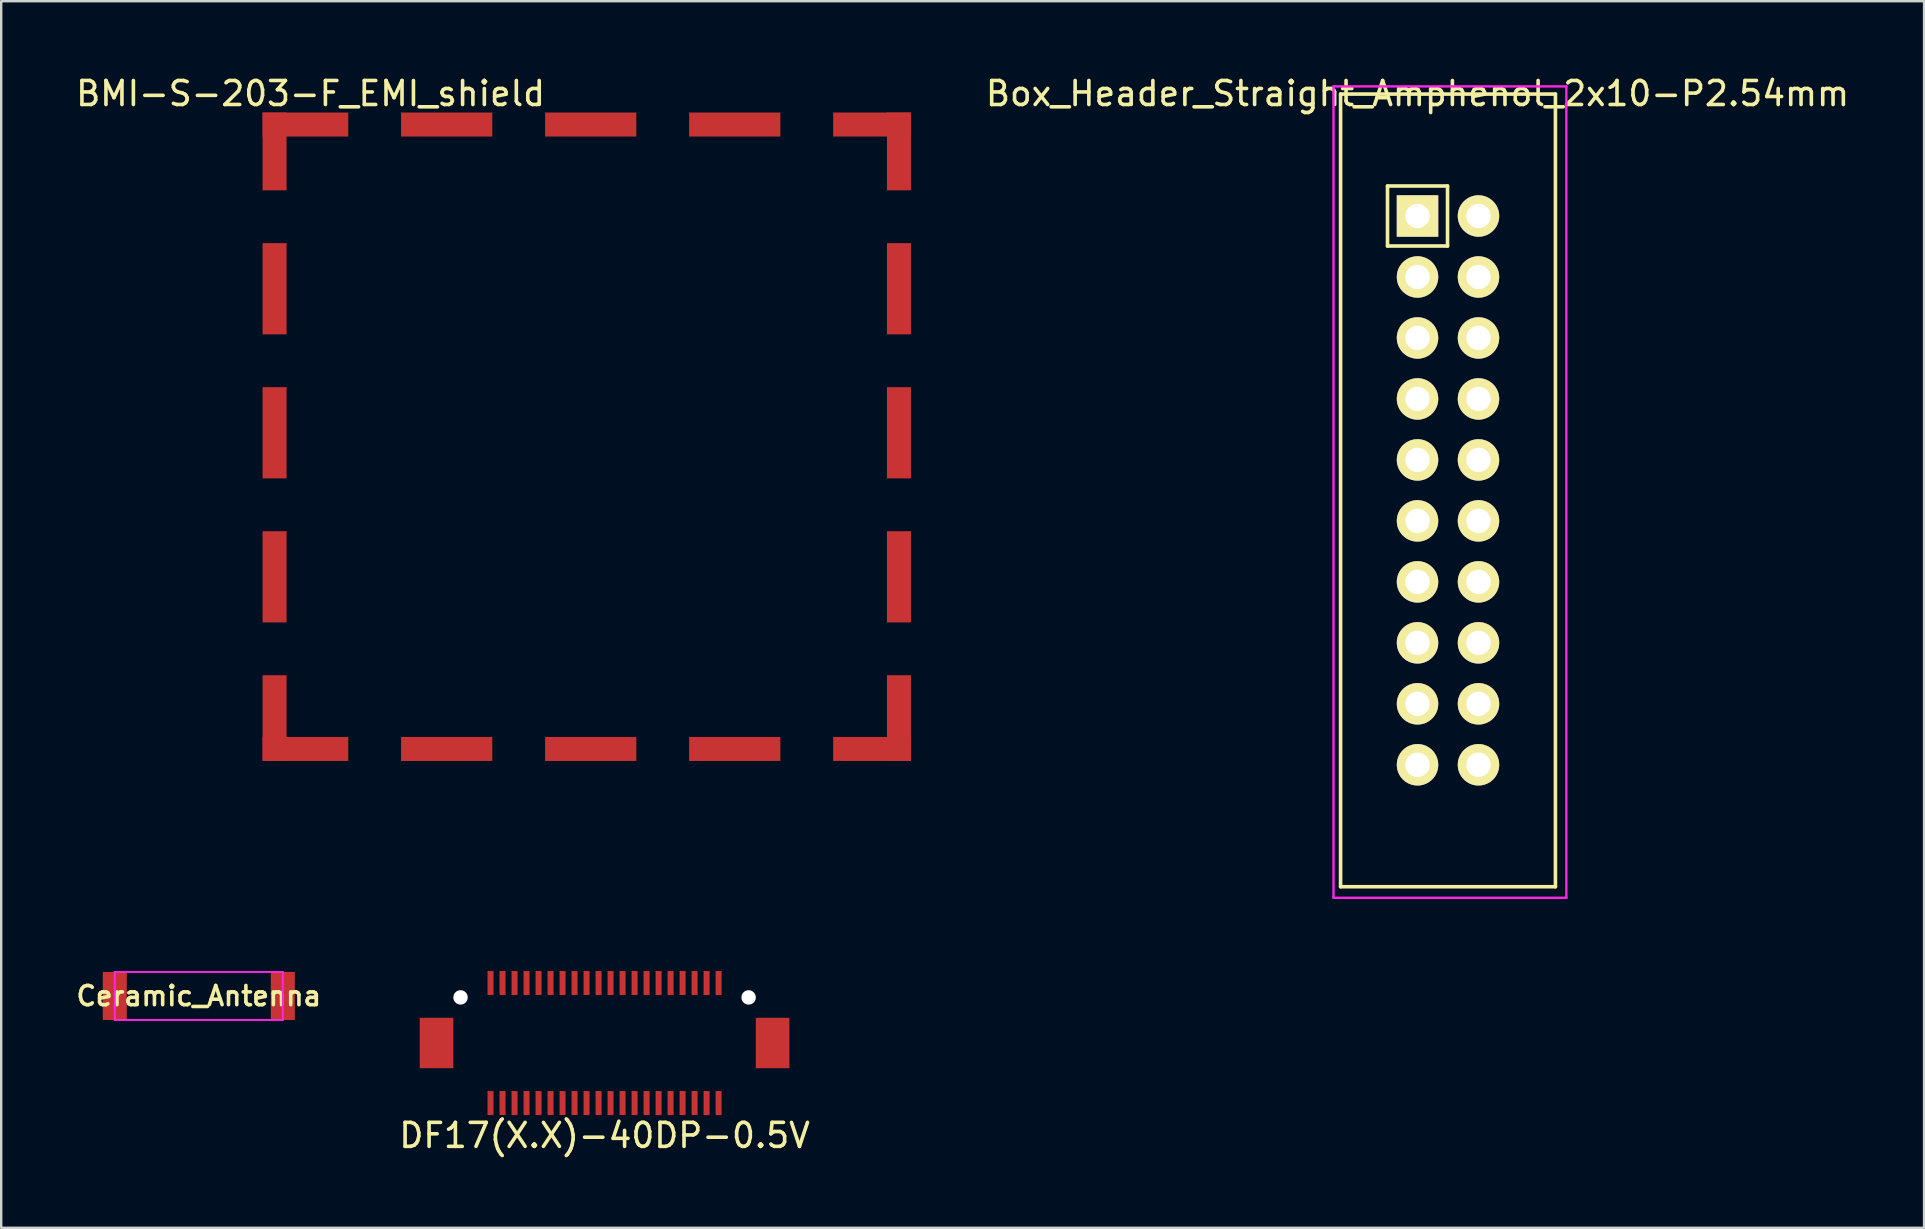
<source format=kicad_pcb>
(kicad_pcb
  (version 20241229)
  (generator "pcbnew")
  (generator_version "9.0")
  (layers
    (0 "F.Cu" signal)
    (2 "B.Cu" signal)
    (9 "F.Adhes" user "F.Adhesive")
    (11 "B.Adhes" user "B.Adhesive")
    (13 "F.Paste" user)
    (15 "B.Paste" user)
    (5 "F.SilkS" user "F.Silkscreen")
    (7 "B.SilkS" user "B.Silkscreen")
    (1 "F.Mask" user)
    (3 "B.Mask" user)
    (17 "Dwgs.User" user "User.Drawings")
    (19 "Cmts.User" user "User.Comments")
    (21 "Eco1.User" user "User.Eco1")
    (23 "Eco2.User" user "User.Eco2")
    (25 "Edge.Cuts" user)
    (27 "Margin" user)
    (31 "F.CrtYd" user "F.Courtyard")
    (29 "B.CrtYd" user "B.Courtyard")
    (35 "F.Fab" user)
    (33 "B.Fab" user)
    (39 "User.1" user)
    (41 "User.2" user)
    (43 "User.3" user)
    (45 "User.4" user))
  (footprint "Box_Header_Straight_Amphenol_2x10-P2.54mm"
    (layer "F.Cu")
    (at 55.998 5.948)
    (property "Reference" "Box_Header_Straight_Amphenol_2x10-P2.54mm" (at 0 -5.1 0) (layer "F.SilkS") (effects (font (size 1 1) (thickness 0.15))))
    (attr smd)
    (fp_line (start -3.205 -5.08) (end 5.745 -5.08) (stroke (width 0.15) (type solid)) (layer "F.SilkS"))
    (fp_line (start -3.205 27.94) (end -3.205 -5.08) (stroke (width 0.15) (type solid)) (layer "F.SilkS"))
    (fp_line (start -1.25 -1.25) (end -1.25 1.25) (stroke (width 0.15) (type solid)) (layer "F.SilkS"))
    (fp_line (start 1.25 -1.25) (end -1.25 -1.25) (stroke (width 0.15) (type solid)) (layer "F.SilkS"))
    (fp_line (start 1.25 -1.25) (end 1.25 1.25) (stroke (width 0.15) (type solid)) (layer "F.SilkS"))
    (fp_line (start 1.25 1.25) (end -1.25 1.25) (stroke (width 0.15) (type solid)) (layer "F.SilkS"))
    (fp_line (start 5.745 -5.08) (end 5.745 27.94) (stroke (width 0.15) (type solid)) (layer "F.SilkS"))
    (fp_line (start 5.745 27.94) (end -3.205 27.94) (stroke (width 0.15) (type solid)) (layer "F.SilkS"))
    (fp_line (start -3.5 -5.4) (end 6.2 -5.4) (stroke (width 0.1) (type solid)) (layer "F.CrtYd"))
    (fp_line (start -3.5 28.4) (end -3.5 -5.4) (stroke (width 0.1) (type solid)) (layer "F.CrtYd"))
    (fp_line (start 6.2 -5.4) (end 6.2 28.4) (stroke (width 0.1) (type solid)) (layer "F.CrtYd"))
    (fp_line (start 6.2 28.4) (end -3.5 28.4) (stroke (width 0.1) (type solid)) (layer "F.CrtYd"))
    (pad "1" thru_hole rect (at 0 0) (size 1.727 1.727) (drill 1.016) (layers "*.Cu" "*.Mask" "F.SilkS"))
    (pad "2" thru_hole oval (at 2.54 0) (size 1.727 1.727) (drill 1.016) (layers "*.Cu" "*.Mask" "F.SilkS"))
    (pad "3" thru_hole oval (at 0 2.54) (size 1.727 1.727) (drill 1.016) (layers "*.Cu" "*.Mask" "F.SilkS"))
    (pad "4" thru_hole oval (at 2.54 2.54) (size 1.727 1.727) (drill 1.016) (layers "*.Cu" "*.Mask" "F.SilkS"))
    (pad "5" thru_hole oval (at 0 5.08) (size 1.727 1.727) (drill 1.016) (layers "*.Cu" "*.Mask" "F.SilkS"))
    (pad "6" thru_hole oval (at 2.54 5.08) (size 1.727 1.727) (drill 1.016) (layers "*.Cu" "*.Mask" "F.SilkS"))
    (pad "7" thru_hole oval (at 0 7.62) (size 1.727 1.727) (drill 1.016) (layers "*.Cu" "*.Mask" "F.SilkS"))
    (pad "8" thru_hole oval (at 2.54 7.62) (size 1.727 1.727) (drill 1.016) (layers "*.Cu" "*.Mask" "F.SilkS"))
    (pad "9" thru_hole oval (at 0 10.16) (size 1.727 1.727) (drill 1.016) (layers "*.Cu" "*.Mask" "F.SilkS"))
    (pad "10" thru_hole oval (at 2.54 10.16) (size 1.727 1.727) (drill 1.016) (layers "*.Cu" "*.Mask" "F.SilkS"))
    (pad "11" thru_hole oval (at 0 12.7) (size 1.727 1.727) (drill 1.016) (layers "*.Cu" "*.Mask" "F.SilkS"))
    (pad "12" thru_hole oval (at 2.54 12.7) (size 1.727 1.727) (drill 1.016) (layers "*.Cu" "*.Mask" "F.SilkS"))
    (pad "13" thru_hole oval (at 0 15.24) (size 1.727 1.727) (drill 1.016) (layers "*.Cu" "*.Mask" "F.SilkS"))
    (pad "14" thru_hole oval (at 2.54 15.24) (size 1.727 1.727) (drill 1.016) (layers "*.Cu" "*.Mask" "F.SilkS"))
    (pad "15" thru_hole oval (at 0 17.78) (size 1.727 1.727) (drill 1.016) (layers "*.Cu" "*.Mask" "F.SilkS"))
    (pad "16" thru_hole oval (at 2.54 17.78) (size 1.727 1.727) (drill 1.016) (layers "*.Cu" "*.Mask" "F.SilkS"))
    (pad "17" thru_hole oval (at 0 20.32) (size 1.727 1.727) (drill 1.016) (layers "*.Cu" "*.Mask" "F.SilkS"))
    (pad "18" thru_hole oval (at 2.54 20.32) (size 1.727 1.727) (drill 1.016) (layers "*.Cu" "*.Mask" "F.SilkS"))
    (pad "19" thru_hole oval (at 0 22.86) (size 1.727 1.727) (drill 1.016) (layers "*.Cu" "*.Mask" "F.SilkS"))
    (pad "20" thru_hole oval (at 2.54 22.86) (size 1.727 1.727) (drill 1.016) (layers "*.Cu" "*.Mask" "F.SilkS")))
  (footprint "DF17(X.X)-40DP-0.5V"
    (layer "F.Cu")
    (at 22.134 40.398)
    (property "Reference" "DF17(X.X)-40DP-0.5V" (at 0 3.85 0) (layer "F.SilkS") (effects (font (size 1 1) (thickness 0.15))))
    (attr smd)
    (pad "" np_thru_hole circle (at -6 -1.9) (size 0.6 0.6) (drill 0.6) (layers "*.Cu" "*.Mask"))
    (pad "" np_thru_hole circle (at 6 -1.9) (size 0.6 0.6) (drill 0.6) (layers "*.Cu" "*.Mask"))
    (pad "1" smd rect (at 4.75 -2.5) (size 0.25 1) (layers "F.Cu" "F.Mask" "F.Paste"))
    (pad "2" smd rect (at 4.75 2.5) (size 0.25 1) (layers "F.Cu" "F.Mask" "F.Paste"))
    (pad "3" smd rect (at 4.25 -2.5) (size 0.25 1) (layers "F.Cu" "F.Mask" "F.Paste"))
    (pad "4" smd rect (at 4.25 2.5) (size 0.25 1) (layers "F.Cu" "F.Mask" "F.Paste"))
    (pad "5" smd rect (at 3.75 -2.5) (size 0.25 1) (layers "F.Cu" "F.Mask" "F.Paste"))
    (pad "6" smd rect (at 3.75 2.5) (size 0.25 1) (layers "F.Cu" "F.Mask" "F.Paste"))
    (pad "7" smd rect (at 3.25 -2.5) (size 0.25 1) (layers "F.Cu" "F.Mask" "F.Paste"))
    (pad "8" smd rect (at 3.25 2.5) (size 0.25 1) (layers "F.Cu" "F.Mask" "F.Paste"))
    (pad "9" smd rect (at 2.75 -2.5) (size 0.25 1) (layers "F.Cu" "F.Mask" "F.Paste"))
    (pad "10" smd rect (at 2.75 2.5) (size 0.25 1) (layers "F.Cu" "F.Mask" "F.Paste"))
    (pad "11" smd rect (at 2.25 -2.5) (size 0.25 1) (layers "F.Cu" "F.Mask" "F.Paste"))
    (pad "12" smd rect (at 2.25 2.5) (size 0.25 1) (layers "F.Cu" "F.Mask" "F.Paste"))
    (pad "13" smd rect (at 1.75 -2.5) (size 0.25 1) (layers "F.Cu" "F.Mask" "F.Paste"))
    (pad "14" smd rect (at 1.75 2.5) (size 0.25 1) (layers "F.Cu" "F.Mask" "F.Paste"))
    (pad "15" smd rect (at 1.25 -2.5) (size 0.25 1) (layers "F.Cu" "F.Mask" "F.Paste"))
    (pad "16" smd rect (at 1.25 2.5) (size 0.25 1) (layers "F.Cu" "F.Mask" "F.Paste"))
    (pad "17" smd rect (at 0.75 -2.5) (size 0.25 1) (layers "F.Cu" "F.Mask" "F.Paste"))
    (pad "18" smd rect (at 0.75 2.5) (size 0.25 1) (layers "F.Cu" "F.Mask" "F.Paste"))
    (pad "19" smd rect (at 0.25 -2.5) (size 0.25 1) (layers "F.Cu" "F.Mask" "F.Paste"))
    (pad "20" smd rect (at 0.25 2.5) (size 0.25 1) (layers "F.Cu" "F.Mask" "F.Paste"))
    (pad "21" smd rect (at -0.25 -2.5) (size 0.25 1) (layers "F.Cu" "F.Mask" "F.Paste"))
    (pad "22" smd rect (at -0.25 2.5) (size 0.25 1) (layers "F.Cu" "F.Mask" "F.Paste"))
    (pad "23" smd rect (at -0.75 -2.5) (size 0.25 1) (layers "F.Cu" "F.Mask" "F.Paste"))
    (pad "24" smd rect (at -0.75 2.5) (size 0.25 1) (layers "F.Cu" "F.Mask" "F.Paste"))
    (pad "25" smd rect (at -1.25 -2.5) (size 0.25 1) (layers "F.Cu" "F.Mask" "F.Paste"))
    (pad "26" smd rect (at -1.25 2.5) (size 0.25 1) (layers "F.Cu" "F.Mask" "F.Paste"))
    (pad "27" smd rect (at -1.75 -2.5) (size 0.25 1) (layers "F.Cu" "F.Mask" "F.Paste"))
    (pad "28" smd rect (at -1.75 2.5) (size 0.25 1) (layers "F.Cu" "F.Mask" "F.Paste"))
    (pad "29" smd rect (at -2.25 -2.5) (size 0.25 1) (layers "F.Cu" "F.Mask" "F.Paste"))
    (pad "30" smd rect (at -2.25 2.5) (size 0.25 1) (layers "F.Cu" "F.Mask" "F.Paste"))
    (pad "31" smd rect (at -2.75 -2.5) (size 0.25 1) (layers "F.Cu" "F.Mask" "F.Paste"))
    (pad "32" smd rect (at -2.75 2.5) (size 0.25 1) (layers "F.Cu" "F.Mask" "F.Paste"))
    (pad "33" smd rect (at -3.25 -2.5) (size 0.25 1) (layers "F.Cu" "F.Mask" "F.Paste"))
    (pad "34" smd rect (at -3.25 2.5) (size 0.25 1) (layers "F.Cu" "F.Mask" "F.Paste"))
    (pad "35" smd rect (at -3.75 -2.5) (size 0.25 1) (layers "F.Cu" "F.Mask" "F.Paste"))
    (pad "36" smd rect (at -3.75 2.5) (size 0.25 1) (layers "F.Cu" "F.Mask" "F.Paste"))
    (pad "37" smd rect (at -4.25 -2.5) (size 0.25 1) (layers "F.Cu" "F.Mask" "F.Paste"))
    (pad "38" smd rect (at -4.25 2.5) (size 0.25 1) (layers "F.Cu" "F.Mask" "F.Paste"))
    (pad "39" smd rect (at -4.75 -2.5) (size 0.25 1) (layers "F.Cu" "F.Mask" "F.Paste"))
    (pad "40" smd rect (at -4.75 2.5) (size 0.25 1) (layers "F.Cu" "F.Mask" "F.Paste"))
    (pad "M" smd rect (at -7 0) (size 1.4 2.1) (layers "F.Cu" "F.Mask" "F.Paste"))
    (pad "M" smd rect (at 7 0) (size 1.4 2.1) (layers "F.Cu" "F.Mask" "F.Paste")))
  (footprint "BMI-S-203-F_EMI_shield"
    (layer "F.Cu")
    (at 8.387 28.648)
    (property "Reference" "BMI-S-203-F_EMI_shield" (at 1.5 -27.8 0) (layer "F.SilkS") (effects (font (size 1 1) (thickness 0.15))))
    (attr smd)
    (pad "1" smd rect (at 0 -25.39) (size 1 3.24) (layers "F.Cu" "F.Mask" "F.Paste"))
    (pad "1" smd rect (at 0 -19.67) (size 1 3.8) (layers "F.Cu" "F.Mask" "F.Paste"))
    (pad "1" smd rect (at 0 -13.67) (size 1 3.8) (layers "F.Cu" "F.Mask" "F.Paste"))
    (pad "1" smd rect (at 0 -7.67) (size 1 3.8) (layers "F.Cu" "F.Mask" "F.Paste"))
    (pad "1" smd rect (at 0 -1.785) (size 1 3.57) (layers "F.Cu" "F.Mask" "F.Paste"))
    (pad "1" smd rect (at 1.285 -26.51) (size 3.57 1) (layers "F.Cu" "F.Mask" "F.Paste"))
    (pad "1" smd rect (at 1.285 -0.5) (size 3.57 1) (layers "F.Cu" "F.Mask" "F.Paste"))
    (pad "1" smd rect (at 7.17 -26.51) (size 3.8 1) (layers "F.Cu" "F.Mask" "F.Paste"))
    (pad "1" smd rect (at 7.17 -0.5) (size 3.8 1) (layers "F.Cu" "F.Mask" "F.Paste"))
    (pad "1" smd rect (at 13.17 -26.51) (size 3.8 1) (layers "F.Cu" "F.Mask" "F.Paste"))
    (pad "1" smd rect (at 13.17 -0.5) (size 3.8 1) (layers "F.Cu" "F.Mask" "F.Paste"))
    (pad "1" smd rect (at 19.17 -26.51) (size 3.8 1) (layers "F.Cu" "F.Mask" "F.Paste"))
    (pad "1" smd rect (at 19.17 -0.5) (size 3.8 1) (layers "F.Cu" "F.Mask" "F.Paste"))
    (pad "1" smd rect (at 24.89 -26.51) (size 3.24 1) (layers "F.Cu" "F.Mask" "F.Paste"))
    (pad "1" smd rect (at 24.89 -0.5) (size 3.24 1) (layers "F.Cu" "F.Mask" "F.Paste"))
    (pad "1" smd rect (at 26.01 -25.39) (size 1 3.24) (layers "F.Cu" "F.Mask" "F.Paste"))
    (pad "1" smd rect (at 26.01 -19.67) (size 1 3.8) (layers "F.Cu" "F.Mask" "F.Paste"))
    (pad "1" smd rect (at 26.01 -13.67) (size 1 3.8) (layers "F.Cu" "F.Mask" "F.Paste"))
    (pad "1" smd rect (at 26.01 -7.67) (size 1 3.8) (layers "F.Cu" "F.Mask" "F.Paste"))
    (pad "1" smd rect (at 26.01 -1.785) (size 1 3.57) (layers "F.Cu" "F.Mask" "F.Paste")))
  (footprint "Ceramic_Antenna"
    (layer "F.Cu")
    (at 5.231 38.438)
    (property "Reference" "Ceramic_Antenna" (at 0 0 0) (layer "F.SilkS") (effects (font (size 0.8 0.8) (thickness 0.15))))
    (attr through_hole)
    (fp_line (start -3.5 -1) (end -3.5 1) (stroke (width 0.08) (type solid)) (layer "F.CrtYd"))
    (fp_line (start -3.5 -1) (end 3.5 -1) (stroke (width 0.08) (type solid)) (layer "F.CrtYd"))
    (fp_line (start -3.5 1) (end 3.5 1) (stroke (width 0.08) (type solid)) (layer "F.CrtYd"))
    (fp_line (start 3.5 -1) (end 3.5 1) (stroke (width 0.08) (type solid)) (layer "F.CrtYd"))
    (pad "1" smd rect (at 3.5 0) (size 1 2) (layers "F.Cu" "F.Mask" "F.Paste"))
    (pad "2" smd rect (at -3.5 0) (size 1 2) (layers "F.Cu" "F.Mask" "F.Paste")))
  (gr_rect
    (start -3 -3)
    (end 77.099 48.096)
    (stroke (width 0.1) (type default))
    (fill no)
    (layer "Edge.Cuts")))
</source>
